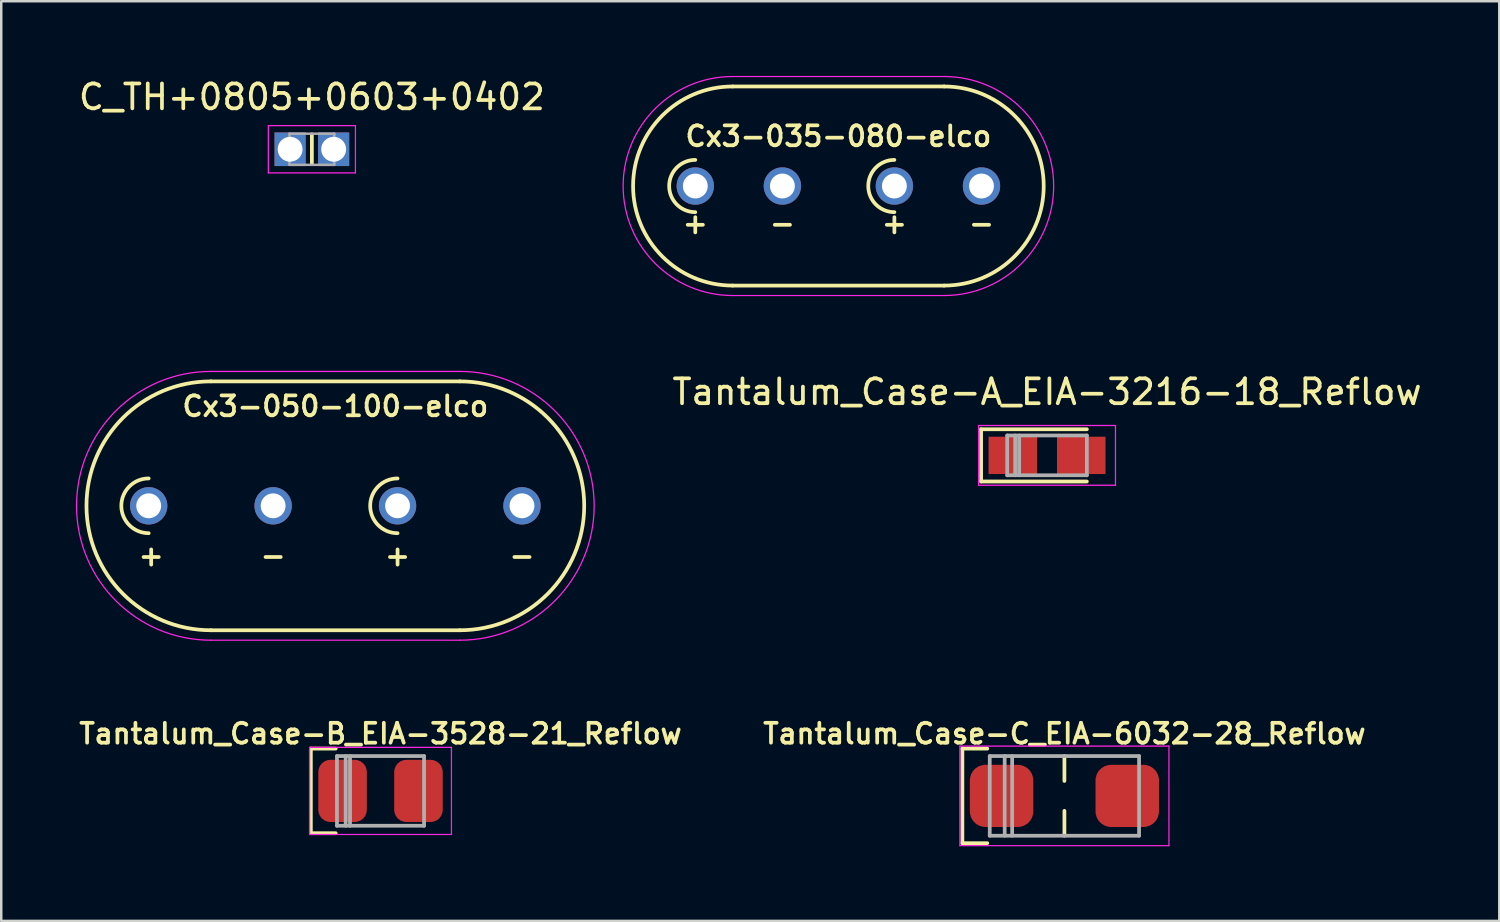
<source format=kicad_pcb>
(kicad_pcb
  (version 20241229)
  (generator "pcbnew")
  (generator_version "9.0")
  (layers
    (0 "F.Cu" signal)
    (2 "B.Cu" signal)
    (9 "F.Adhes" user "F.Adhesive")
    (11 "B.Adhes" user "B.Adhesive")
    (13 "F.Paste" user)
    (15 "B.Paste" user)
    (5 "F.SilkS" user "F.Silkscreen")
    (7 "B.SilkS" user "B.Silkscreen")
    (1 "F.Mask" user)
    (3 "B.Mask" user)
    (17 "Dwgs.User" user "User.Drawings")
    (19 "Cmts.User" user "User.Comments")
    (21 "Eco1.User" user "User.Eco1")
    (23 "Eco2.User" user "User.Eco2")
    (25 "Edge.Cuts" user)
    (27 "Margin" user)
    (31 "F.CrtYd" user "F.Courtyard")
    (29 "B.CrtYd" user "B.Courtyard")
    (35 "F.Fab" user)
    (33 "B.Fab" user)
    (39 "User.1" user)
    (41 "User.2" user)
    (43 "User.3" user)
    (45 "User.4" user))
  (footprint "Tantalum_Case-A_EIA-3216-18_Reflow"
    (layer "F.Cu")
    (at 39.023 15.248)
    (property "Reference" "Tantalum_Case-A_EIA-3216-18_Reflow" (at 0 -2.55 0) (layer "F.SilkS") (effects (font (size 1 1) (thickness 0.15))))
    (attr smd)
    (fp_line (start -2.65 -1.05) (end -2.65 1.05) (stroke (width 0.15) (type solid)) (layer "F.SilkS"))
    (fp_line (start -2.65 -1.05) (end 1.6 -1.05) (stroke (width 0.15) (type solid)) (layer "F.SilkS"))
    (fp_line (start -2.65 1.05) (end 1.6 1.05) (stroke (width 0.15) (type solid)) (layer "F.SilkS"))
    (fp_line (start -2.75 -1.2) (end -2.75 1.2) (stroke (width 0.05) (type solid)) (layer "F.CrtYd"))
    (fp_line (start -2.75 1.2) (end 2.75 1.2) (stroke (width 0.05) (type solid)) (layer "F.CrtYd"))
    (fp_line (start 2.75 -1.2) (end -2.75 -1.2) (stroke (width 0.05) (type solid)) (layer "F.CrtYd"))
    (fp_line (start 2.75 1.2) (end 2.75 -1.2) (stroke (width 0.05) (type solid)) (layer "F.CrtYd"))
    (fp_line (start -1.6 -0.8) (end -1.6 0.8) (stroke (width 0.15) (type solid)) (layer "F.Fab"))
    (fp_line (start -1.6 0.8) (end 1.6 0.8) (stroke (width 0.15) (type solid)) (layer "F.Fab"))
    (fp_line (start -1.28 -0.8) (end -1.28 0.8) (stroke (width 0.15) (type solid)) (layer "F.Fab"))
    (fp_line (start -1.12 -0.8) (end -1.12 0.8) (stroke (width 0.15) (type solid)) (layer "F.Fab"))
    (fp_line (start 1.6 -0.8) (end -1.6 -0.8) (stroke (width 0.15) (type solid)) (layer "F.Fab"))
    (fp_line (start 1.6 0.8) (end 1.6 -0.8) (stroke (width 0.15) (type solid)) (layer "F.Fab"))
    (pad "1" smd rect (at -1.375 0) (size 1.95 1.5) (layers "F.Cu" "F.Mask" "F.Paste"))
    (pad "2" smd rect (at 1.375 0) (size 1.95 1.5) (layers "F.Cu" "F.Mask" "F.Paste")))
  (footprint "Cx3-035-080-elco"
    (layer "F.Cu")
    (at 30.639 4.425)
    (property "Reference" "Cx3-035-080-elco" (at 0 -2 0) (unlocked yes) (layer "F.SilkS") (effects (font (size 0.8 0.8) (thickness 0.15))))
    (attr through_hole)
    (fp_line (start -4.25 -4) (end 4.25 -4) (stroke (width 0.15) (type solid)) (layer "F.SilkS"))
    (fp_line (start -4.25 4) (end 4.25 4) (stroke (width 0.15) (type solid)) (layer "F.SilkS"))
    (fp_arc (start -5.75 1.05) (mid -6.8 0) (end -5.75 -1.05) (stroke (width 0.15) (type default)) (layer "F.SilkS"))
    (fp_arc (start -4.25 4) (mid -8.25 0) (end -4.25 -4) (stroke (width 0.15) (type solid)) (layer "F.SilkS"))
    (fp_arc (start 2.25 1.05) (mid 1.2 0) (end 2.25 -1.05) (stroke (width 0.15) (type default)) (layer "F.SilkS"))
    (fp_arc (start 4.25 -4) (mid 8.25 0) (end 4.25 4) (stroke (width 0.15) (type solid)) (layer "F.SilkS"))
    (fp_line (start -4.25 -4.4) (end 4.25 -4.4) (stroke (width 0.05) (type solid)) (layer "F.CrtYd"))
    (fp_line (start 4.25 4.4) (end -4.25 4.4) (stroke (width 0.05) (type solid)) (layer "F.CrtYd"))
    (fp_arc (start -4.25 4.4) (mid -8.65 0) (end -4.25 -4.4) (stroke (width 0.05) (type solid)) (layer "F.CrtYd"))
    (fp_arc (start 4.25 -4.4) (mid 8.65 0) (end 4.25 4.4) (stroke (width 0.05) (type solid)) (layer "F.CrtYd"))
    (fp_text user "+" (at 2.25 1.5 0) (unlocked yes) (layer "F.SilkS") (effects (font (size 0.8 0.8) (thickness 0.15))))
    (fp_text user "+" (at -5.75 1.5 0) (unlocked yes) (layer "F.SilkS") (effects (font (size 0.8 0.8) (thickness 0.15))))
    (fp_text user "-" (at -2.25 1.5 0) (unlocked yes) (layer "F.SilkS") (effects (font (size 0.8 0.8) (thickness 0.15))))
    (fp_text user "-" (at 5.75 1.5 0) (unlocked yes) (layer "F.SilkS") (effects (font (size 0.8 0.8) (thickness 0.15))))
    (pad "1" thru_hole circle (at -5.75 0) (size 1.5 1.5) (drill 1) (layers "*.Cu" "*.Mask"))
    (pad "2" thru_hole circle (at -2.25 0) (size 1.5 1.5) (drill 1) (layers "*.Cu" "*.Mask"))
    (pad "3" thru_hole circle (at 2.25 0) (size 1.5 1.5) (drill 1) (layers "*.Cu" "*.Mask"))
    (pad "4" thru_hole circle (at 5.75 0) (size 1.5 1.5) (drill 1) (layers "*.Cu" "*.Mask")))
  (footprint "Tantalum_Case-B_EIA-3528-21_Reflow"
    (layer "F.Cu")
    (at 12.24 28.731)
    (property "Reference" "Tantalum_Case-B_EIA-3528-21_Reflow" (at 0 -2.3 0) (layer "F.SilkS") (effects (font (size 0.8 0.8) (thickness 0.15))))
    (attr smd)
    (fp_line (start -2.8 -1.7) (end -2.8 1.7) (stroke (width 0.15) (type solid)) (layer "F.SilkS"))
    (fp_line (start -2.8 -1.7) (end -1.8 -1.7) (stroke (width 0.15) (type default)) (layer "F.SilkS"))
    (fp_line (start -2.8 1.7) (end -1.8 1.7) (stroke (width 0.15) (type default)) (layer "F.SilkS"))
    (fp_line (start -2.85 -1.75) (end -2.85 1.75) (stroke (width 0.05) (type solid)) (layer "F.CrtYd"))
    (fp_line (start -2.85 1.75) (end 2.85 1.75) (stroke (width 0.05) (type solid)) (layer "F.CrtYd"))
    (fp_line (start 2.85 -1.75) (end -2.85 -1.75) (stroke (width 0.05) (type solid)) (layer "F.CrtYd"))
    (fp_line (start 2.85 1.75) (end 2.85 -1.75) (stroke (width 0.05) (type solid)) (layer "F.CrtYd"))
    (fp_line (start -1.75 -1.4) (end -1.75 1.4) (stroke (width 0.15) (type solid)) (layer "F.Fab"))
    (fp_line (start -1.75 1.4) (end 1.75 1.4) (stroke (width 0.15) (type solid)) (layer "F.Fab"))
    (fp_line (start -1.4 -1.4) (end -1.4 1.4) (stroke (width 0.15) (type solid)) (layer "F.Fab"))
    (fp_line (start -1.225 -1.4) (end -1.225 1.4) (stroke (width 0.15) (type solid)) (layer "F.Fab"))
    (fp_line (start 1.75 -1.4) (end -1.75 -1.4) (stroke (width 0.15) (type solid)) (layer "F.Fab"))
    (fp_line (start 1.75 1.4) (end 1.75 -1.4) (stroke (width 0.15) (type solid)) (layer "F.Fab"))
    (pad "1" smd roundrect (at -1.525 0) (size 1.95 2.5) (layers "F.Cu" "F.Mask" "F.Paste") (roundrect_rratio 0.25))
    (pad "2" smd roundrect (at 1.525 0) (size 1.95 2.5) (layers "F.Cu" "F.Mask" "F.Paste") (roundrect_rratio 0.25)))
  (footprint "C_TH+0805+0603+0402"
    (layer "F.Cu")
    (at 9.482 2.948)
    (property "Reference" "C_TH+0805+0603+0402" (at 0 -2.1 0) (layer "F.SilkS") (effects (font (size 1 1) (thickness 0.15))))
    (attr smd)
    (fp_line (start 0 -0.6) (end 0 0.6) (stroke (width 0.15) (type solid)) (layer "F.SilkS"))
    (fp_line (start -1.75 -0.95) (end -1.75 0.95) (stroke (width 0.05) (type solid)) (layer "F.CrtYd"))
    (fp_line (start -1.75 -0.95) (end 1.75 -0.95) (stroke (width 0.05) (type solid)) (layer "F.CrtYd"))
    (fp_line (start -1.75 0.95) (end 1.75 0.95) (stroke (width 0.05) (type solid)) (layer "F.CrtYd"))
    (fp_line (start 1.75 -0.95) (end 1.75 0.95) (stroke (width 0.05) (type solid)) (layer "F.CrtYd"))
    (fp_line (start -0.9 -0.625) (end 0.9 -0.625) (stroke (width 0.1) (type solid)) (layer "F.Fab"))
    (fp_line (start -0.9 0.625) (end -0.9 -0.625) (stroke (width 0.1) (type solid)) (layer "F.Fab"))
    (fp_line (start 0.9 -0.625) (end 0.9 0.625) (stroke (width 0.1) (type solid)) (layer "F.Fab"))
    (fp_line (start 0.9 0.625) (end -0.9 0.625) (stroke (width 0.1) (type solid)) (layer "F.Fab"))
    (pad "1" thru_hole rect (at -0.875 0) (size 1.25 1.35) (drill 1) (layers "*.Cu" "*.Mask"))
    (pad "2" thru_hole rect (at 0.875 0) (size 1.25 1.35) (drill 1) (layers "*.Cu" "*.Mask")))
  (footprint "Tantalum_Case-C_EIA-6032-28_Reflow"
    (layer "F.Cu")
    (at 39.721 28.931)
    (property "Reference" "Tantalum_Case-C_EIA-6032-28_Reflow" (at 0 -2.5 0) (layer "F.SilkS") (effects (font (size 0.8 0.8) (thickness 0.15))))
    (attr smd)
    (fp_line (start -4.1 -1.9) (end -4.1 1.9) (stroke (width 0.15) (type solid)) (layer "F.SilkS"))
    (fp_line (start -4.1 -1.9) (end -3.1 -1.9) (stroke (width 0.15) (type default)) (layer "F.SilkS"))
    (fp_line (start -4.1 1.9) (end -3.1 1.9) (stroke (width 0.15) (type default)) (layer "F.SilkS"))
    (fp_line (start 0 -1.6) (end 0 -0.6) (stroke (width 0.15) (type default)) (layer "F.SilkS"))
    (fp_line (start 0 1.6) (end 0 0.6) (stroke (width 0.15) (type default)) (layer "F.SilkS"))
    (fp_line (start -4.2 -2) (end -4.2 2) (stroke (width 0.05) (type solid)) (layer "F.CrtYd"))
    (fp_line (start -4.2 2) (end 4.2 2) (stroke (width 0.05) (type solid)) (layer "F.CrtYd"))
    (fp_line (start 4.2 -2) (end -4.2 -2) (stroke (width 0.05) (type solid)) (layer "F.CrtYd"))
    (fp_line (start 4.2 2) (end 4.2 -2) (stroke (width 0.05) (type solid)) (layer "F.CrtYd"))
    (fp_line (start -3 -1.6) (end -3 1.6) (stroke (width 0.15) (type solid)) (layer "F.Fab"))
    (fp_line (start -3 1.6) (end 3 1.6) (stroke (width 0.15) (type solid)) (layer "F.Fab"))
    (fp_line (start -2.4 -1.6) (end -2.4 1.6) (stroke (width 0.15) (type solid)) (layer "F.Fab"))
    (fp_line (start -2.1 -1.6) (end -2.1 1.6) (stroke (width 0.15) (type solid)) (layer "F.Fab"))
    (fp_line (start 3 -1.6) (end -3 -1.6) (stroke (width 0.15) (type solid)) (layer "F.Fab"))
    (fp_line (start 3 1.6) (end 3 -1.6) (stroke (width 0.15) (type solid)) (layer "F.Fab"))
    (pad "1" smd roundrect (at -2.525 0) (size 2.55 2.5) (layers "F.Cu" "F.Mask" "F.Paste") (roundrect_rratio 0.25))
    (pad "2" smd roundrect (at 2.525 0) (size 2.55 2.5) (layers "F.Cu" "F.Mask" "F.Paste") (roundrect_rratio 0.25)))
  (footprint "Cx3-050-100-elco"
    (layer "F.Cu")
    (at 10.425 17.275)
    (property "Reference" "Cx3-050-100-elco" (at 0 -4 0) (unlocked yes) (layer "F.SilkS") (effects (font (size 0.8 0.8) (thickness 0.15))))
    (attr through_hole)
    (fp_line (start -5 -5) (end 5 -5) (stroke (width 0.15) (type solid)) (layer "F.SilkS"))
    (fp_line (start 5 5) (end -5 5) (stroke (width 0.15) (type solid)) (layer "F.SilkS"))
    (fp_arc (start -7.5 1.1) (mid -8.6 0) (end -7.5 -1.1) (stroke (width 0.15) (type default)) (layer "F.SilkS"))
    (fp_arc (start -5 5) (mid -10 0) (end -5 -5) (stroke (width 0.15) (type solid)) (layer "F.SilkS"))
    (fp_arc (start 2.5 1.1) (mid 1.4 0) (end 2.5 -1.1) (stroke (width 0.15) (type default)) (layer "F.SilkS"))
    (fp_arc (start 5 -5) (mid 10 0) (end 5 5) (stroke (width 0.15) (type solid)) (layer "F.SilkS"))
    (fp_line (start -5 -5.4) (end 5 -5.4) (stroke (width 0.05) (type solid)) (layer "F.CrtYd"))
    (fp_line (start 5 5.4) (end -5 5.4) (stroke (width 0.05) (type solid)) (layer "F.CrtYd"))
    (fp_arc (start -5 5.4) (mid -10.4 0) (end -5 -5.4) (stroke (width 0.05) (type solid)) (layer "F.CrtYd"))
    (fp_arc (start 5 -5.4) (mid 10.4 0) (end 5 5.4) (stroke (width 0.05) (type solid)) (layer "F.CrtYd"))
    (fp_text user "-" (at 7.5 2 0) (unlocked yes) (layer "F.SilkS") (effects (font (size 0.8 0.8) (thickness 0.15))))
    (fp_text user "-" (at -2.5 2 0) (unlocked yes) (layer "F.SilkS") (effects (font (size 0.8 0.8) (thickness 0.15))))
    (fp_text user "+" (at 2.5 2 0) (unlocked yes) (layer "F.SilkS") (effects (font (size 0.8 0.8) (thickness 0.15))))
    (fp_text user "+" (at -7.4 2 0) (unlocked yes) (layer "F.SilkS") (effects (font (size 0.8 0.8) (thickness 0.15))))
    (pad "1" thru_hole circle (at -7.5 0) (size 1.5 1.5) (drill 1) (layers "*.Cu" "*.Mask"))
    (pad "2" thru_hole circle (at -2.5 0) (size 1.5 1.5) (drill 1) (layers "*.Cu" "*.Mask"))
    (pad "3" thru_hole circle (at 2.5 0) (size 1.5 1.5) (drill 1) (layers "*.Cu" "*.Mask"))
    (pad "4" thru_hole circle (at 7.5 0) (size 1.5 1.5) (drill 1) (layers "*.Cu" "*.Mask")))
  (gr_rect
    (start -3 -3)
    (end 57.195 33.956)
    (stroke (width 0.1) (type default))
    (fill no)
    (layer "Edge.Cuts")))
</source>
